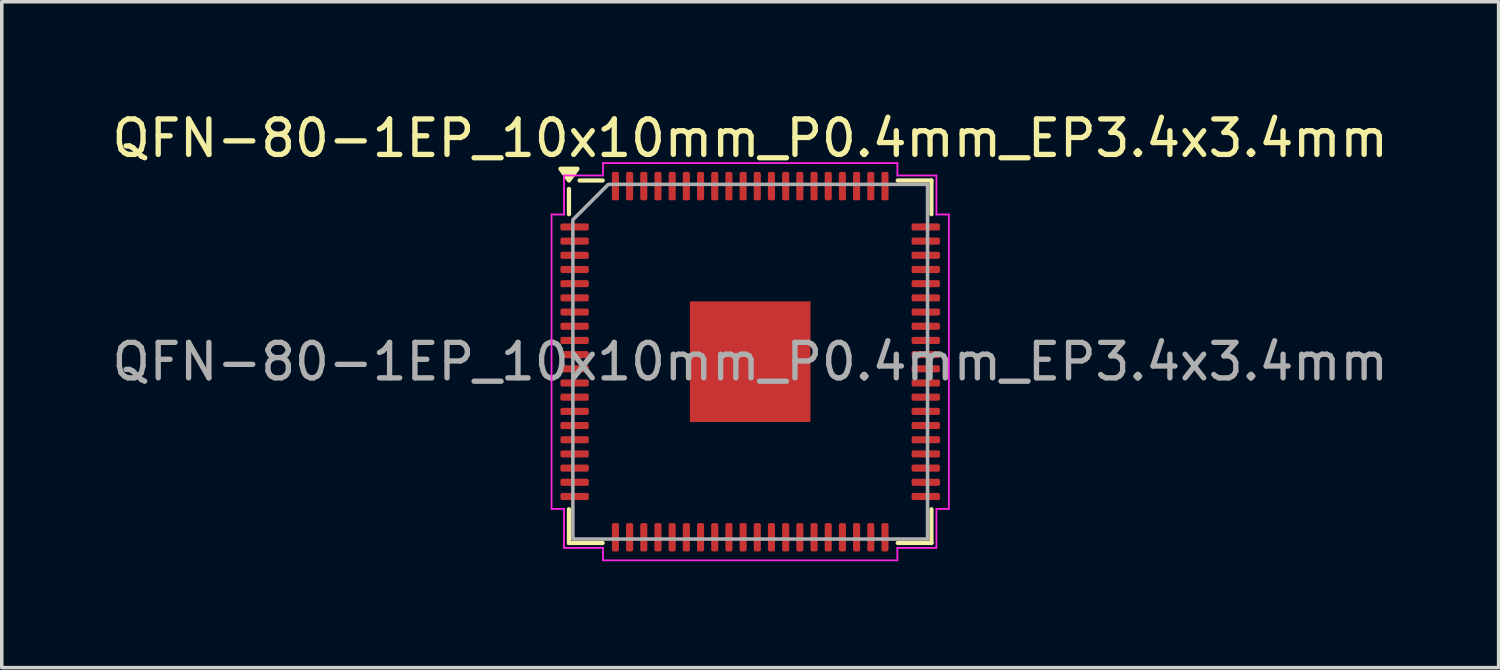
<source format=kicad_pcb>
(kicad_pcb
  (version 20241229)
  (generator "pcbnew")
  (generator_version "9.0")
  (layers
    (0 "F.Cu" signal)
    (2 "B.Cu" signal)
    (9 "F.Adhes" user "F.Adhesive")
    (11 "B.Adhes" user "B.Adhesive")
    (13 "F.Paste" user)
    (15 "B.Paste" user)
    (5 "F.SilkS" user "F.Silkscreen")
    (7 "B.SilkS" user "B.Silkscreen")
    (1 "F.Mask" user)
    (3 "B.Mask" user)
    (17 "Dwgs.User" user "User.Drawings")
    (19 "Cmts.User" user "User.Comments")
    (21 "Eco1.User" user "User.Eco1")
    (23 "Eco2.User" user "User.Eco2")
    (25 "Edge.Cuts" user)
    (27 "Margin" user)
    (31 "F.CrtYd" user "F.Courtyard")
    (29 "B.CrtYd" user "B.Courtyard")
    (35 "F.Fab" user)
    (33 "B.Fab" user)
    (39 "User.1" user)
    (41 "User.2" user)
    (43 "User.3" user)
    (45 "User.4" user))
  (footprint "QFN-80-1EP_10x10mm_P0.4mm_EP3.4x3.4mm"
    (layer "F.Cu")
    (at 18.101 7.148)
    (property "Reference" "QFN-80-1EP_10x10mm_P0.4mm_EP3.4x3.4mm" (at 0 -6.3 0) (layer "F.SilkS") (effects (font (size 1 1) (thickness 0.15))))
    (attr smd)
    (fp_line (start -5.11 -4.16) (end -5.11 -4.87) (stroke (width 0.12) (type solid)) (layer "F.SilkS"))
    (fp_line (start -5.11 5.11) (end -5.11 4.16) (stroke (width 0.12) (type solid)) (layer "F.SilkS"))
    (fp_line (start -4.16 -5.11) (end -4.81 -5.11) (stroke (width 0.12) (type solid)) (layer "F.SilkS"))
    (fp_line (start -4.16 5.11) (end -5.11 5.11) (stroke (width 0.12) (type solid)) (layer "F.SilkS"))
    (fp_line (start 4.16 -5.11) (end 5.11 -5.11) (stroke (width 0.12) (type solid)) (layer "F.SilkS"))
    (fp_line (start 4.16 5.11) (end 5.11 5.11) (stroke (width 0.12) (type solid)) (layer "F.SilkS"))
    (fp_line (start 5.11 -5.11) (end 5.11 -4.16) (stroke (width 0.12) (type solid)) (layer "F.SilkS"))
    (fp_line (start 5.11 5.11) (end 5.11 4.16) (stroke (width 0.12) (type solid)) (layer "F.SilkS"))
    (fp_poly (pts (xy -5.11 -5.11) (xy -5.35 -5.44) (xy -4.87 -5.44)) (stroke (width 0.12) (type solid)) (fill yes) (layer "F.SilkS"))
    (fp_line (start -5.6 -4.15) (end -5.25 -4.15) (stroke (width 0.05) (type solid)) (layer "F.CrtYd"))
    (fp_line (start -5.6 4.15) (end -5.6 -4.15) (stroke (width 0.05) (type solid)) (layer "F.CrtYd"))
    (fp_line (start -5.25 -5.25) (end -4.15 -5.25) (stroke (width 0.05) (type solid)) (layer "F.CrtYd"))
    (fp_line (start -5.25 -4.15) (end -5.25 -5.25) (stroke (width 0.05) (type solid)) (layer "F.CrtYd"))
    (fp_line (start -5.25 4.15) (end -5.6 4.15) (stroke (width 0.05) (type solid)) (layer "F.CrtYd"))
    (fp_line (start -5.25 5.25) (end -5.25 4.15) (stroke (width 0.05) (type solid)) (layer "F.CrtYd"))
    (fp_line (start -4.15 -5.6) (end 4.15 -5.6) (stroke (width 0.05) (type solid)) (layer "F.CrtYd"))
    (fp_line (start -4.15 -5.25) (end -4.15 -5.6) (stroke (width 0.05) (type solid)) (layer "F.CrtYd"))
    (fp_line (start -4.15 5.25) (end -5.25 5.25) (stroke (width 0.05) (type solid)) (layer "F.CrtYd"))
    (fp_line (start -4.15 5.6) (end -4.15 5.25) (stroke (width 0.05) (type solid)) (layer "F.CrtYd"))
    (fp_line (start 4.15 -5.6) (end 4.15 -5.25) (stroke (width 0.05) (type solid)) (layer "F.CrtYd"))
    (fp_line (start 4.15 -5.25) (end 5.25 -5.25) (stroke (width 0.05) (type solid)) (layer "F.CrtYd"))
    (fp_line (start 4.15 5.25) (end 4.15 5.6) (stroke (width 0.05) (type solid)) (layer "F.CrtYd"))
    (fp_line (start 4.15 5.6) (end -4.15 5.6) (stroke (width 0.05) (type solid)) (layer "F.CrtYd"))
    (fp_line (start 5.25 -5.25) (end 5.25 -4.15) (stroke (width 0.05) (type solid)) (layer "F.CrtYd"))
    (fp_line (start 5.25 -4.15) (end 5.6 -4.15) (stroke (width 0.05) (type solid)) (layer "F.CrtYd"))
    (fp_line (start 5.25 4.15) (end 5.25 5.25) (stroke (width 0.05) (type solid)) (layer "F.CrtYd"))
    (fp_line (start 5.25 5.25) (end 4.15 5.25) (stroke (width 0.05) (type solid)) (layer "F.CrtYd"))
    (fp_line (start 5.6 -4.15) (end 5.6 4.15) (stroke (width 0.05) (type solid)) (layer "F.CrtYd"))
    (fp_line (start 5.6 4.15) (end 5.25 4.15) (stroke (width 0.05) (type solid)) (layer "F.CrtYd"))
    (fp_poly (pts (xy -5 -4) (xy -5 5) (xy 5 5) (xy 5 -5) (xy -4 -5)) (stroke (width 0.1) (type solid)) (fill no) (layer "F.Fab"))
    (fp_text user "${REFERENCE}" (at 0 0 0) (layer "F.Fab") (effects (font (size 1 1) (thickness 0.15))))
    (pad "" smd roundrect (at -1.13 -1.13) (size 0.91 0.91) (layers "F.Paste") (roundrect_rratio 0.25))
    (pad "" smd roundrect (at -1.13 0) (size 0.91 0.91) (layers "F.Paste") (roundrect_rratio 0.25))
    (pad "" smd roundrect (at -1.13 1.13) (size 0.91 0.91) (layers "F.Paste") (roundrect_rratio 0.25))
    (pad "" smd roundrect (at 0 -1.13) (size 0.91 0.91) (layers "F.Paste") (roundrect_rratio 0.25))
    (pad "" smd roundrect (at 0 0) (size 0.91 0.91) (layers "F.Paste") (roundrect_rratio 0.25))
    (pad "" smd roundrect (at 0 1.13) (size 0.91 0.91) (layers "F.Paste") (roundrect_rratio 0.25))
    (pad "" smd roundrect (at 1.13 -1.13) (size 0.91 0.91) (layers "F.Paste") (roundrect_rratio 0.25))
    (pad "" smd roundrect (at 1.13 0) (size 0.91 0.91) (layers "F.Paste") (roundrect_rratio 0.25))
    (pad "" smd roundrect (at 1.13 1.13) (size 0.91 0.91) (layers "F.Paste") (roundrect_rratio 0.25))
    (pad "1" smd roundrect (at -4.95 -3.8) (size 0.8 0.2) (layers "F.Cu" "F.Mask" "F.Paste") (roundrect_rratio 0.25))
    (pad "2" smd roundrect (at -4.95 -3.4) (size 0.8 0.2) (layers "F.Cu" "F.Mask" "F.Paste") (roundrect_rratio 0.25))
    (pad "3" smd roundrect (at -4.95 -3) (size 0.8 0.2) (layers "F.Cu" "F.Mask" "F.Paste") (roundrect_rratio 0.25))
    (pad "4" smd roundrect (at -4.95 -2.6) (size 0.8 0.2) (layers "F.Cu" "F.Mask" "F.Paste") (roundrect_rratio 0.25))
    (pad "5" smd roundrect (at -4.95 -2.2) (size 0.8 0.2) (layers "F.Cu" "F.Mask" "F.Paste") (roundrect_rratio 0.25))
    (pad "6" smd roundrect (at -4.95 -1.8) (size 0.8 0.2) (layers "F.Cu" "F.Mask" "F.Paste") (roundrect_rratio 0.25))
    (pad "7" smd roundrect (at -4.95 -1.4) (size 0.8 0.2) (layers "F.Cu" "F.Mask" "F.Paste") (roundrect_rratio 0.25))
    (pad "8" smd roundrect (at -4.95 -1) (size 0.8 0.2) (layers "F.Cu" "F.Mask" "F.Paste") (roundrect_rratio 0.25))
    (pad "9" smd roundrect (at -4.95 -0.6) (size 0.8 0.2) (layers "F.Cu" "F.Mask" "F.Paste") (roundrect_rratio 0.25))
    (pad "10" smd roundrect (at -4.95 -0.2) (size 0.8 0.2) (layers "F.Cu" "F.Mask" "F.Paste") (roundrect_rratio 0.25))
    (pad "11" smd roundrect (at -4.95 0.2) (size 0.8 0.2) (layers "F.Cu" "F.Mask" "F.Paste") (roundrect_rratio 0.25))
    (pad "12" smd roundrect (at -4.95 0.6) (size 0.8 0.2) (layers "F.Cu" "F.Mask" "F.Paste") (roundrect_rratio 0.25))
    (pad "13" smd roundrect (at -4.95 1) (size 0.8 0.2) (layers "F.Cu" "F.Mask" "F.Paste") (roundrect_rratio 0.25))
    (pad "14" smd roundrect (at -4.95 1.4) (size 0.8 0.2) (layers "F.Cu" "F.Mask" "F.Paste") (roundrect_rratio 0.25))
    (pad "15" smd roundrect (at -4.95 1.8) (size 0.8 0.2) (layers "F.Cu" "F.Mask" "F.Paste") (roundrect_rratio 0.25))
    (pad "16" smd roundrect (at -4.95 2.2) (size 0.8 0.2) (layers "F.Cu" "F.Mask" "F.Paste") (roundrect_rratio 0.25))
    (pad "17" smd roundrect (at -4.95 2.6) (size 0.8 0.2) (layers "F.Cu" "F.Mask" "F.Paste") (roundrect_rratio 0.25))
    (pad "18" smd roundrect (at -4.95 3) (size 0.8 0.2) (layers "F.Cu" "F.Mask" "F.Paste") (roundrect_rratio 0.25))
    (pad "19" smd roundrect (at -4.95 3.4) (size 0.8 0.2) (layers "F.Cu" "F.Mask" "F.Paste") (roundrect_rratio 0.25))
    (pad "20" smd roundrect (at -4.95 3.8) (size 0.8 0.2) (layers "F.Cu" "F.Mask" "F.Paste") (roundrect_rratio 0.25))
    (pad "21" smd roundrect (at -3.8 4.95) (size 0.2 0.8) (layers "F.Cu" "F.Mask" "F.Paste") (roundrect_rratio 0.25))
    (pad "22" smd roundrect (at -3.4 4.95) (size 0.2 0.8) (layers "F.Cu" "F.Mask" "F.Paste") (roundrect_rratio 0.25))
    (pad "23" smd roundrect (at -3 4.95) (size 0.2 0.8) (layers "F.Cu" "F.Mask" "F.Paste") (roundrect_rratio 0.25))
    (pad "24" smd roundrect (at -2.6 4.95) (size 0.2 0.8) (layers "F.Cu" "F.Mask" "F.Paste") (roundrect_rratio 0.25))
    (pad "25" smd roundrect (at -2.2 4.95) (size 0.2 0.8) (layers "F.Cu" "F.Mask" "F.Paste") (roundrect_rratio 0.25))
    (pad "26" smd roundrect (at -1.8 4.95) (size 0.2 0.8) (layers "F.Cu" "F.Mask" "F.Paste") (roundrect_rratio 0.25))
    (pad "27" smd roundrect (at -1.4 4.95) (size 0.2 0.8) (layers "F.Cu" "F.Mask" "F.Paste") (roundrect_rratio 0.25))
    (pad "28" smd roundrect (at -1 4.95) (size 0.2 0.8) (layers "F.Cu" "F.Mask" "F.Paste") (roundrect_rratio 0.25))
    (pad "29" smd roundrect (at -0.6 4.95) (size 0.2 0.8) (layers "F.Cu" "F.Mask" "F.Paste") (roundrect_rratio 0.25))
    (pad "30" smd roundrect (at -0.2 4.95) (size 0.2 0.8) (layers "F.Cu" "F.Mask" "F.Paste") (roundrect_rratio 0.25))
    (pad "31" smd roundrect (at 0.2 4.95) (size 0.2 0.8) (layers "F.Cu" "F.Mask" "F.Paste") (roundrect_rratio 0.25))
    (pad "32" smd roundrect (at 0.6 4.95) (size 0.2 0.8) (layers "F.Cu" "F.Mask" "F.Paste") (roundrect_rratio 0.25))
    (pad "33" smd roundrect (at 1 4.95) (size 0.2 0.8) (layers "F.Cu" "F.Mask" "F.Paste") (roundrect_rratio 0.25))
    (pad "34" smd roundrect (at 1.4 4.95) (size 0.2 0.8) (layers "F.Cu" "F.Mask" "F.Paste") (roundrect_rratio 0.25))
    (pad "35" smd roundrect (at 1.8 4.95) (size 0.2 0.8) (layers "F.Cu" "F.Mask" "F.Paste") (roundrect_rratio 0.25))
    (pad "36" smd roundrect (at 2.2 4.95) (size 0.2 0.8) (layers "F.Cu" "F.Mask" "F.Paste") (roundrect_rratio 0.25))
    (pad "37" smd roundrect (at 2.6 4.95) (size 0.2 0.8) (layers "F.Cu" "F.Mask" "F.Paste") (roundrect_rratio 0.25))
    (pad "38" smd roundrect (at 3 4.95) (size 0.2 0.8) (layers "F.Cu" "F.Mask" "F.Paste") (roundrect_rratio 0.25))
    (pad "39" smd roundrect (at 3.4 4.95) (size 0.2 0.8) (layers "F.Cu" "F.Mask" "F.Paste") (roundrect_rratio 0.25))
    (pad "40" smd roundrect (at 3.8 4.95) (size 0.2 0.8) (layers "F.Cu" "F.Mask" "F.Paste") (roundrect_rratio 0.25))
    (pad "41" smd roundrect (at 4.95 3.8) (size 0.8 0.2) (layers "F.Cu" "F.Mask" "F.Paste") (roundrect_rratio 0.25))
    (pad "42" smd roundrect (at 4.95 3.4) (size 0.8 0.2) (layers "F.Cu" "F.Mask" "F.Paste") (roundrect_rratio 0.25))
    (pad "43" smd roundrect (at 4.95 3) (size 0.8 0.2) (layers "F.Cu" "F.Mask" "F.Paste") (roundrect_rratio 0.25))
    (pad "44" smd roundrect (at 4.95 2.6) (size 0.8 0.2) (layers "F.Cu" "F.Mask" "F.Paste") (roundrect_rratio 0.25))
    (pad "45" smd roundrect (at 4.95 2.2) (size 0.8 0.2) (layers "F.Cu" "F.Mask" "F.Paste") (roundrect_rratio 0.25))
    (pad "46" smd roundrect (at 4.95 1.8) (size 0.8 0.2) (layers "F.Cu" "F.Mask" "F.Paste") (roundrect_rratio 0.25))
    (pad "47" smd roundrect (at 4.95 1.4) (size 0.8 0.2) (layers "F.Cu" "F.Mask" "F.Paste") (roundrect_rratio 0.25))
    (pad "48" smd roundrect (at 4.95 1) (size 0.8 0.2) (layers "F.Cu" "F.Mask" "F.Paste") (roundrect_rratio 0.25))
    (pad "49" smd roundrect (at 4.95 0.6) (size 0.8 0.2) (layers "F.Cu" "F.Mask" "F.Paste") (roundrect_rratio 0.25))
    (pad "50" smd roundrect (at 4.95 0.2) (size 0.8 0.2) (layers "F.Cu" "F.Mask" "F.Paste") (roundrect_rratio 0.25))
    (pad "51" smd roundrect (at 4.95 -0.2) (size 0.8 0.2) (layers "F.Cu" "F.Mask" "F.Paste") (roundrect_rratio 0.25))
    (pad "52" smd roundrect (at 4.95 -0.6) (size 0.8 0.2) (layers "F.Cu" "F.Mask" "F.Paste") (roundrect_rratio 0.25))
    (pad "53" smd roundrect (at 4.95 -1) (size 0.8 0.2) (layers "F.Cu" "F.Mask" "F.Paste") (roundrect_rratio 0.25))
    (pad "54" smd roundrect (at 4.95 -1.4) (size 0.8 0.2) (layers "F.Cu" "F.Mask" "F.Paste") (roundrect_rratio 0.25))
    (pad "55" smd roundrect (at 4.95 -1.8) (size 0.8 0.2) (layers "F.Cu" "F.Mask" "F.Paste") (roundrect_rratio 0.25))
    (pad "56" smd roundrect (at 4.95 -2.2) (size 0.8 0.2) (layers "F.Cu" "F.Mask" "F.Paste") (roundrect_rratio 0.25))
    (pad "57" smd roundrect (at 4.95 -2.6) (size 0.8 0.2) (layers "F.Cu" "F.Mask" "F.Paste") (roundrect_rratio 0.25))
    (pad "58" smd roundrect (at 4.95 -3) (size 0.8 0.2) (layers "F.Cu" "F.Mask" "F.Paste") (roundrect_rratio 0.25))
    (pad "59" smd roundrect (at 4.95 -3.4) (size 0.8 0.2) (layers "F.Cu" "F.Mask" "F.Paste") (roundrect_rratio 0.25))
    (pad "60" smd roundrect (at 4.95 -3.8) (size 0.8 0.2) (layers "F.Cu" "F.Mask" "F.Paste") (roundrect_rratio 0.25))
    (pad "61" smd roundrect (at 3.8 -4.95) (size 0.2 0.8) (layers "F.Cu" "F.Mask" "F.Paste") (roundrect_rratio 0.25))
    (pad "62" smd roundrect (at 3.4 -4.95) (size 0.2 0.8) (layers "F.Cu" "F.Mask" "F.Paste") (roundrect_rratio 0.25))
    (pad "63" smd roundrect (at 3 -4.95) (size 0.2 0.8) (layers "F.Cu" "F.Mask" "F.Paste") (roundrect_rratio 0.25))
    (pad "64" smd roundrect (at 2.6 -4.95) (size 0.2 0.8) (layers "F.Cu" "F.Mask" "F.Paste") (roundrect_rratio 0.25))
    (pad "65" smd roundrect (at 2.2 -4.95) (size 0.2 0.8) (layers "F.Cu" "F.Mask" "F.Paste") (roundrect_rratio 0.25))
    (pad "66" smd roundrect (at 1.8 -4.95) (size 0.2 0.8) (layers "F.Cu" "F.Mask" "F.Paste") (roundrect_rratio 0.25))
    (pad "67" smd roundrect (at 1.4 -4.95) (size 0.2 0.8) (layers "F.Cu" "F.Mask" "F.Paste") (roundrect_rratio 0.25))
    (pad "68" smd roundrect (at 1 -4.95) (size 0.2 0.8) (layers "F.Cu" "F.Mask" "F.Paste") (roundrect_rratio 0.25))
    (pad "69" smd roundrect (at 0.6 -4.95) (size 0.2 0.8) (layers "F.Cu" "F.Mask" "F.Paste") (roundrect_rratio 0.25))
    (pad "70" smd roundrect (at 0.2 -4.95) (size 0.2 0.8) (layers "F.Cu" "F.Mask" "F.Paste") (roundrect_rratio 0.25))
    (pad "71" smd roundrect (at -0.2 -4.95) (size 0.2 0.8) (layers "F.Cu" "F.Mask" "F.Paste") (roundrect_rratio 0.25))
    (pad "72" smd roundrect (at -0.6 -4.95) (size 0.2 0.8) (layers "F.Cu" "F.Mask" "F.Paste") (roundrect_rratio 0.25))
    (pad "73" smd roundrect (at -1 -4.95) (size 0.2 0.8) (layers "F.Cu" "F.Mask" "F.Paste") (roundrect_rratio 0.25))
    (pad "74" smd roundrect (at -1.4 -4.95) (size 0.2 0.8) (layers "F.Cu" "F.Mask" "F.Paste") (roundrect_rratio 0.25))
    (pad "75" smd roundrect (at -1.8 -4.95) (size 0.2 0.8) (layers "F.Cu" "F.Mask" "F.Paste") (roundrect_rratio 0.25))
    (pad "76" smd roundrect (at -2.2 -4.95) (size 0.2 0.8) (layers "F.Cu" "F.Mask" "F.Paste") (roundrect_rratio 0.25))
    (pad "77" smd roundrect (at -2.6 -4.95) (size 0.2 0.8) (layers "F.Cu" "F.Mask" "F.Paste") (roundrect_rratio 0.25))
    (pad "78" smd roundrect (at -3 -4.95) (size 0.2 0.8) (layers "F.Cu" "F.Mask" "F.Paste") (roundrect_rratio 0.25))
    (pad "79" smd roundrect (at -3.4 -4.95) (size 0.2 0.8) (layers "F.Cu" "F.Mask" "F.Paste") (roundrect_rratio 0.25))
    (pad "80" smd roundrect (at -3.8 -4.95) (size 0.2 0.8) (layers "F.Cu" "F.Mask" "F.Paste") (roundrect_rratio 0.25))
    (pad "81" smd rect (at 0 0) (size 3.4 3.4) (property pad_prop_heatsink) (layers "F.Cu" "F.Mask")))
  (gr_rect
    (start -3 -3)
    (end 39.202 15.773)
    (stroke (width 0.1) (type default))
    (fill no)
    (layer "Edge.Cuts")))
</source>
